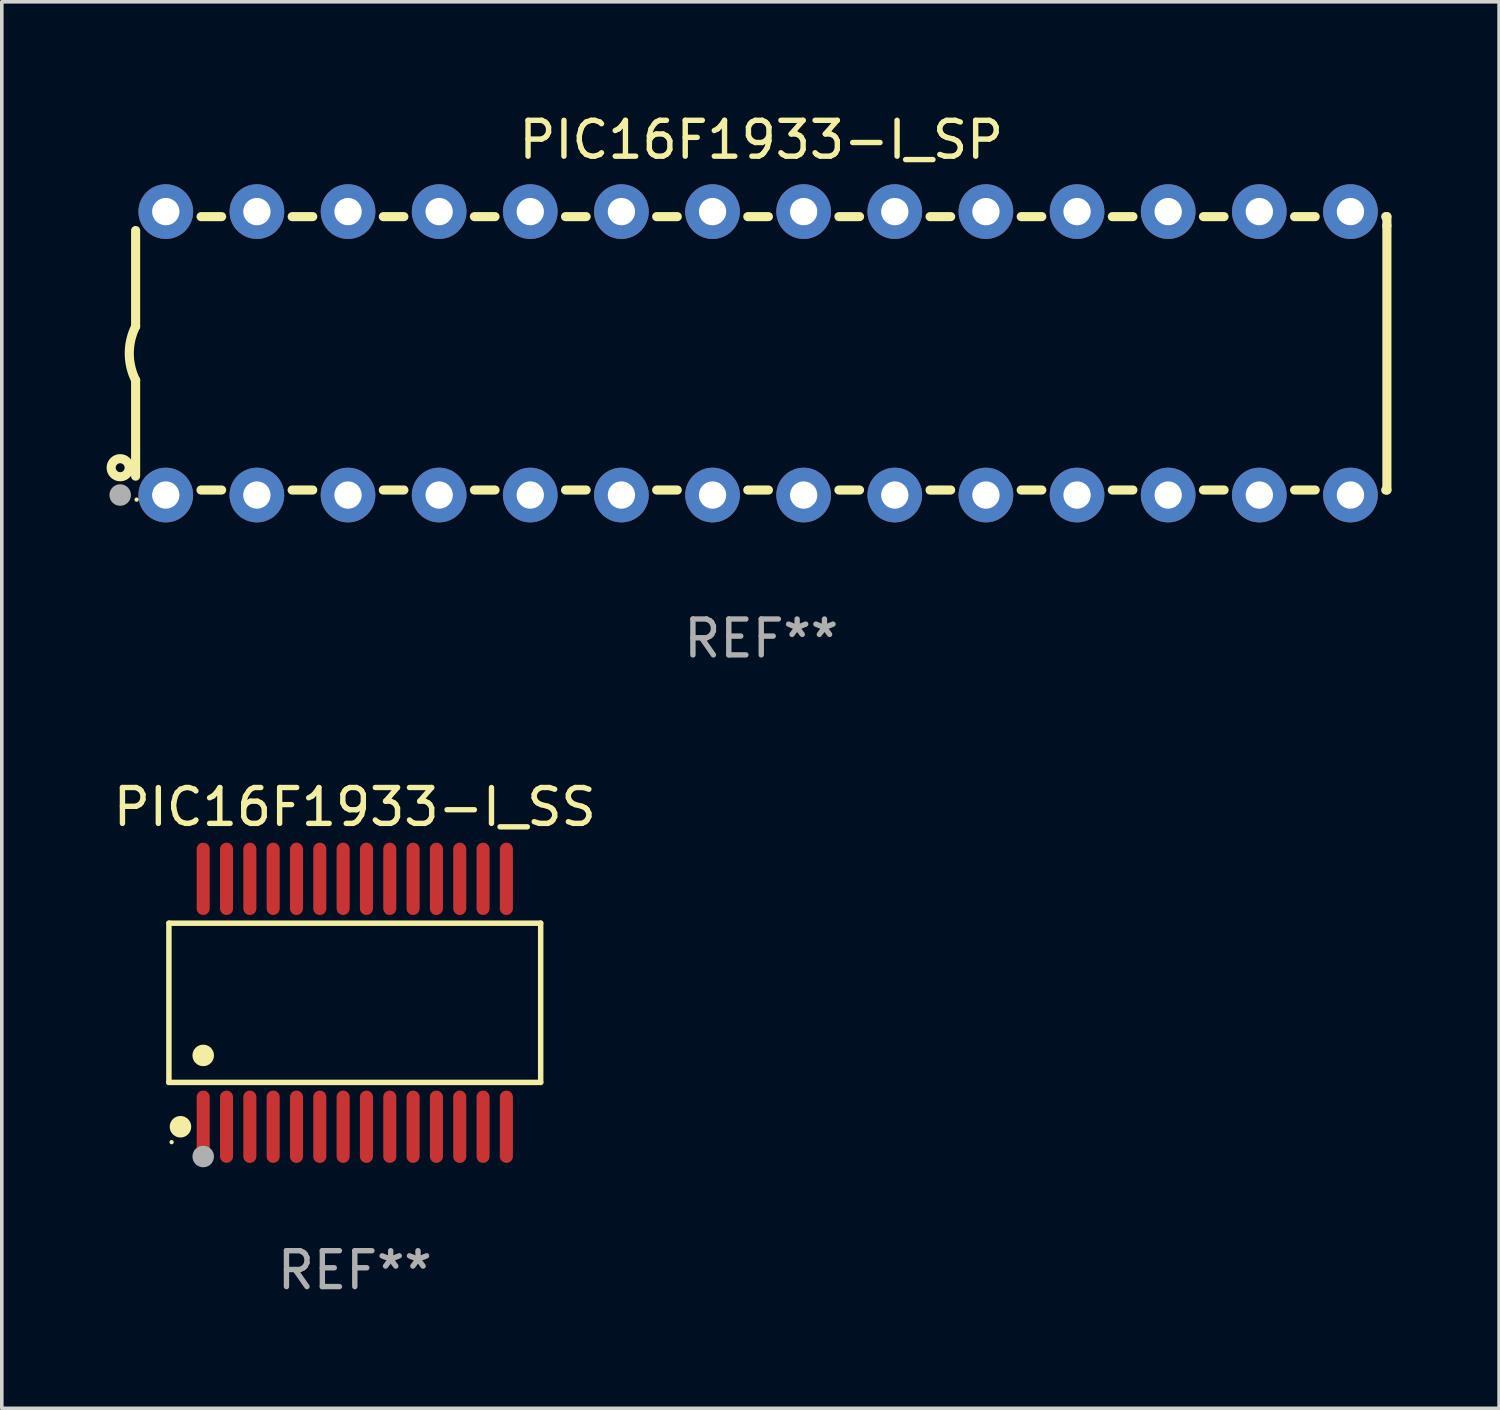
<source format=kicad_pcb>
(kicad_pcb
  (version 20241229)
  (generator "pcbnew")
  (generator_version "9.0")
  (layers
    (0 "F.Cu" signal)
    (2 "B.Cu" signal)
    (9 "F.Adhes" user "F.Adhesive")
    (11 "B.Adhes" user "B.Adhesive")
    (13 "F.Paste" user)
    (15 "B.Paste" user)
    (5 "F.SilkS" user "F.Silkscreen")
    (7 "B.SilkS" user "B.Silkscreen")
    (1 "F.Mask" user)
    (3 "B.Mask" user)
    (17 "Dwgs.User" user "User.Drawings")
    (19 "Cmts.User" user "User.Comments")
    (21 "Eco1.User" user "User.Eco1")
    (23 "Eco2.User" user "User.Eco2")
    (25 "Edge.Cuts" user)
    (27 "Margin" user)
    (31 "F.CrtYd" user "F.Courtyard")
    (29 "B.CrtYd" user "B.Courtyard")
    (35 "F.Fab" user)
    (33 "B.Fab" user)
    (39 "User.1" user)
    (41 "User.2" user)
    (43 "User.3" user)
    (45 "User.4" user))
  (footprint "PIC16F1933-I_SS"
    (layer "F.Cu")
    (at 6.839 24.9)
    (property "Reference" "PIC16F1933-I_SS" (at 0 -5.455 0) (layer "F.SilkS") (effects (font (size 1 1) (thickness 0.15))))
    (attr through_hole)
    (fp_line (start -5.181 -2.219) (end 5.181 -2.219) (stroke (width 0.152) (type solid)) (layer "F.SilkS"))
    (fp_line (start -5.181 2.219) (end -5.181 -2.219) (stroke (width 0.152) (type solid)) (layer "F.SilkS"))
    (fp_line (start 5.181 -2.219) (end 5.181 2.219) (stroke (width 0.152) (type solid)) (layer "F.SilkS"))
    (fp_line (start 5.181 2.219) (end -5.181 2.219) (stroke (width 0.152) (type solid)) (layer "F.SilkS"))
    (fp_circle (center -5.105 3.885) (end -5.075 3.885) (stroke (width 0.06) (type solid)) (fill no) (layer "F.SilkS"))
    (fp_circle (center -4.859 3.455) (end -4.709 3.455) (stroke (width 0.3) (type solid)) (fill no) (layer "F.SilkS"))
    (fp_circle (center -4.225 1.467) (end -4.075 1.467) (stroke (width 0.3) (type solid)) (fill no) (layer "F.SilkS"))
    (fp_circle (center -4.225 4.285) (end -4.075 4.285) (stroke (width 0.3) (type solid)) (fill no) (layer "F.Fab"))
    (fp_text user "REF**" (at 0 7.455 0) (layer "F.Fab") (effects (font (size 1 1) (thickness 0.15))))
    (pad "1" smd oval (at -4.225 3.455) (size 0.364 2.015) (layers "F.Cu" "F.Mask" "F.Paste"))
    (pad "2" smd oval (at -3.575 3.455) (size 0.364 2.015) (layers "F.Cu" "F.Mask" "F.Paste"))
    (pad "3" smd oval (at -2.925 3.455) (size 0.364 2.015) (layers "F.Cu" "F.Mask" "F.Paste"))
    (pad "4" smd oval (at -2.275 3.455) (size 0.364 2.015) (layers "F.Cu" "F.Mask" "F.Paste"))
    (pad "5" smd oval (at -1.625 3.455) (size 0.364 2.015) (layers "F.Cu" "F.Mask" "F.Paste"))
    (pad "6" smd oval (at -0.975 3.455) (size 0.364 2.015) (layers "F.Cu" "F.Mask" "F.Paste"))
    (pad "7" smd oval (at -0.325 3.455) (size 0.364 2.015) (layers "F.Cu" "F.Mask" "F.Paste"))
    (pad "8" smd oval (at 0.325 3.455) (size 0.364 2.015) (layers "F.Cu" "F.Mask" "F.Paste"))
    (pad "9" smd oval (at 0.975 3.455) (size 0.364 2.015) (layers "F.Cu" "F.Mask" "F.Paste"))
    (pad "10" smd oval (at 1.625 3.455) (size 0.364 2.015) (layers "F.Cu" "F.Mask" "F.Paste"))
    (pad "11" smd oval (at 2.275 3.455) (size 0.364 2.015) (layers "F.Cu" "F.Mask" "F.Paste"))
    (pad "12" smd oval (at 2.925 3.455) (size 0.364 2.015) (layers "F.Cu" "F.Mask" "F.Paste"))
    (pad "13" smd oval (at 3.575 3.455) (size 0.364 2.015) (layers "F.Cu" "F.Mask" "F.Paste"))
    (pad "14" smd oval (at 4.225 3.455) (size 0.364 2.015) (layers "F.Cu" "F.Mask" "F.Paste"))
    (pad "15" smd oval (at 4.225 -3.455) (size 0.364 2.015) (layers "F.Cu" "F.Mask" "F.Paste"))
    (pad "16" smd oval (at 3.575 -3.455) (size 0.364 2.015) (layers "F.Cu" "F.Mask" "F.Paste"))
    (pad "17" smd oval (at 2.925 -3.455) (size 0.364 2.015) (layers "F.Cu" "F.Mask" "F.Paste"))
    (pad "18" smd oval (at 2.275 -3.455) (size 0.364 2.015) (layers "F.Cu" "F.Mask" "F.Paste"))
    (pad "19" smd oval (at 1.625 -3.455) (size 0.364 2.015) (layers "F.Cu" "F.Mask" "F.Paste"))
    (pad "20" smd oval (at 0.975 -3.455) (size 0.364 2.015) (layers "F.Cu" "F.Mask" "F.Paste"))
    (pad "21" smd oval (at 0.325 -3.455) (size 0.364 2.015) (layers "F.Cu" "F.Mask" "F.Paste"))
    (pad "22" smd oval (at -0.325 -3.455) (size 0.364 2.015) (layers "F.Cu" "F.Mask" "F.Paste"))
    (pad "23" smd oval (at -0.975 -3.455) (size 0.364 2.015) (layers "F.Cu" "F.Mask" "F.Paste"))
    (pad "24" smd oval (at -1.625 -3.455) (size 0.364 2.015) (layers "F.Cu" "F.Mask" "F.Paste"))
    (pad "25" smd oval (at -2.275 -3.455) (size 0.364 2.015) (layers "F.Cu" "F.Mask" "F.Paste"))
    (pad "26" smd oval (at -2.925 -3.455) (size 0.364 2.015) (layers "F.Cu" "F.Mask" "F.Paste"))
    (pad "27" smd oval (at -3.575 -3.455) (size 0.364 2.015) (layers "F.Cu" "F.Mask" "F.Paste"))
    (pad "28" smd oval (at -4.225 -3.455) (size 0.364 2.015) (layers "F.Cu" "F.Mask" "F.Paste")))
  (footprint "PIC16F1933-I_SP"
    (layer "F.Cu")
    (at 18.168 6.798)
    (property "Reference" "PIC16F1933-I_SP" (at 0 -5.95 0) (layer "F.SilkS") (effects (font (size 1 1) (thickness 0.15))))
    (attr through_hole)
    (fp_line (start -17.438 0.75) (end -17.438 3.423) (stroke (width 0.254) (type solid)) (layer "F.SilkS"))
    (fp_line (start -17.438 -3.423) (end -17.438 -0.75) (stroke (width 0.254) (type solid)) (layer "F.SilkS"))
    (fp_line (start -15.615 3.81) (end -15.041 3.81) (stroke (width 0.254) (type solid)) (layer "F.SilkS"))
    (fp_line (start -15.041 -3.81) (end -15.614 -3.81) (stroke (width 0.254) (type solid)) (layer "F.SilkS"))
    (fp_line (start -13.075 3.81) (end -12.501 3.81) (stroke (width 0.254) (type solid)) (layer "F.SilkS"))
    (fp_line (start -12.501 -3.81) (end -13.074 -3.81) (stroke (width 0.254) (type solid)) (layer "F.SilkS"))
    (fp_line (start -10.535 3.81) (end -9.961 3.81) (stroke (width 0.254) (type solid)) (layer "F.SilkS"))
    (fp_line (start -9.961 -3.81) (end -10.534 -3.81) (stroke (width 0.254) (type solid)) (layer "F.SilkS"))
    (fp_line (start -7.995 3.81) (end -7.421 3.81) (stroke (width 0.254) (type solid)) (layer "F.SilkS"))
    (fp_line (start -7.421 -3.81) (end -7.995 -3.81) (stroke (width 0.254) (type solid)) (layer "F.SilkS"))
    (fp_line (start -5.455 3.81) (end -4.881 3.81) (stroke (width 0.254) (type solid)) (layer "F.SilkS"))
    (fp_line (start -4.881 -3.81) (end -5.455 -3.81) (stroke (width 0.254) (type solid)) (layer "F.SilkS"))
    (fp_line (start -2.915 3.81) (end -2.341 3.81) (stroke (width 0.254) (type solid)) (layer "F.SilkS"))
    (fp_line (start -2.341 -3.81) (end -2.915 -3.81) (stroke (width 0.254) (type solid)) (layer "F.SilkS"))
    (fp_line (start -0.375 3.81) (end 0.199 3.81) (stroke (width 0.254) (type solid)) (layer "F.SilkS"))
    (fp_line (start 0.199 -3.81) (end -0.375 -3.81) (stroke (width 0.254) (type solid)) (layer "F.SilkS"))
    (fp_line (start 2.165 3.81) (end 2.739 3.81) (stroke (width 0.254) (type solid)) (layer "F.SilkS"))
    (fp_line (start 2.739 -3.81) (end 2.165 -3.81) (stroke (width 0.254) (type solid)) (layer "F.SilkS"))
    (fp_line (start 4.705 3.81) (end 5.279 3.81) (stroke (width 0.254) (type solid)) (layer "F.SilkS"))
    (fp_line (start 5.279 -3.81) (end 4.705 -3.81) (stroke (width 0.254) (type solid)) (layer "F.SilkS"))
    (fp_line (start 7.245 3.81) (end 7.819 3.81) (stroke (width 0.254) (type solid)) (layer "F.SilkS"))
    (fp_line (start 7.819 -3.81) (end 7.245 -3.81) (stroke (width 0.254) (type solid)) (layer "F.SilkS"))
    (fp_line (start 9.785 3.81) (end 10.359 3.81) (stroke (width 0.254) (type solid)) (layer "F.SilkS"))
    (fp_line (start 10.359 -3.81) (end 9.785 -3.81) (stroke (width 0.254) (type solid)) (layer "F.SilkS"))
    (fp_line (start 12.325 3.81) (end 12.899 3.81) (stroke (width 0.254) (type solid)) (layer "F.SilkS"))
    (fp_line (start 12.899 -3.81) (end 12.325 -3.81) (stroke (width 0.254) (type solid)) (layer "F.SilkS"))
    (fp_line (start 14.865 3.81) (end 15.439 3.81) (stroke (width 0.254) (type solid)) (layer "F.SilkS"))
    (fp_line (start 15.439 -3.81) (end 14.865 -3.81) (stroke (width 0.254) (type solid)) (layer "F.SilkS"))
    (fp_line (start 17.405 3.81) (end 17.438 3.81) (stroke (width 0.254) (type solid)) (layer "F.SilkS"))
    (fp_line (start 17.438 -3.81) (end 17.405 -3.81) (stroke (width 0.254) (type solid)) (layer "F.SilkS"))
    (fp_line (start 17.438 -3.556) (end 17.438 -3.81) (stroke (width 0.254) (type solid)) (layer "F.SilkS"))
    (fp_line (start 17.438 3.81) (end 17.438 -3.556) (stroke (width 0.254) (type solid)) (layer "F.SilkS"))
    (fp_arc (start -17.437986 0.749657) (mid -17.614887 -0.000024) (end -17.437783 -0.749657) (stroke (width 0.254001) (type solid)) (layer "F.SilkS"))
    (fp_circle (center -17.868 3.188) (end -17.743 3.188) (stroke (width 0.254) (type solid)) (fill no) (layer "F.SilkS"))
    (fp_circle (center -17.411 4.077) (end -17.381 4.077) (stroke (width 0.06) (type solid)) (fill no) (layer "F.SilkS"))
    (fp_circle (center -17.868 3.95) (end -17.718 3.95) (stroke (width 0.3) (type solid)) (fill no) (layer "F.Fab"))
    (fp_text user "REF**" (at 0 7.95 0) (layer "F.Fab") (effects (font (size 1 1) (thickness 0.15))))
    (pad "1" thru_hole circle (at -16.598 3.95) (size 1.524 1.524) (drill 0.762) (layers "*.Cu" "*.Mask"))
    (pad "2" thru_hole circle (at -14.058 3.95) (size 1.524 1.524) (drill 0.762) (layers "*.Cu" "*.Mask"))
    (pad "3" thru_hole circle (at -11.518 3.95) (size 1.524 1.524) (drill 0.762) (layers "*.Cu" "*.Mask"))
    (pad "4" thru_hole circle (at -8.978 3.95) (size 1.524 1.524) (drill 0.762) (layers "*.Cu" "*.Mask"))
    (pad "5" thru_hole circle (at -6.438 3.95) (size 1.524 1.524) (drill 0.762) (layers "*.Cu" "*.Mask"))
    (pad "6" thru_hole circle (at -3.898 3.95) (size 1.524 1.524) (drill 0.762) (layers "*.Cu" "*.Mask"))
    (pad "7" thru_hole circle (at -1.358 3.95) (size 1.524 1.524) (drill 0.762) (layers "*.Cu" "*.Mask"))
    (pad "8" thru_hole circle (at 1.182 3.95) (size 1.524 1.524) (drill 0.762) (layers "*.Cu" "*.Mask"))
    (pad "9" thru_hole circle (at 3.722 3.95) (size 1.524 1.524) (drill 0.762) (layers "*.Cu" "*.Mask"))
    (pad "10" thru_hole circle (at 6.262 3.95) (size 1.524 1.524) (drill 0.762) (layers "*.Cu" "*.Mask"))
    (pad "11" thru_hole circle (at 8.802 3.95) (size 1.524 1.524) (drill 0.762) (layers "*.Cu" "*.Mask"))
    (pad "12" thru_hole circle (at 11.342 3.95) (size 1.524 1.524) (drill 0.762) (layers "*.Cu" "*.Mask"))
    (pad "13" thru_hole circle (at 13.882 3.95) (size 1.524 1.524) (drill 0.762) (layers "*.Cu" "*.Mask"))
    (pad "14" thru_hole circle (at 16.422 3.95) (size 1.524 1.524) (drill 0.762) (layers "*.Cu" "*.Mask"))
    (pad "15" thru_hole circle (at 16.422 -3.95) (size 1.524 1.524) (drill 0.762) (layers "*.Cu" "*.Mask"))
    (pad "16" thru_hole circle (at 13.882 -3.95) (size 1.524 1.524) (drill 0.762) (layers "*.Cu" "*.Mask"))
    (pad "17" thru_hole circle (at 11.342 -3.95) (size 1.524 1.524) (drill 0.762) (layers "*.Cu" "*.Mask"))
    (pad "18" thru_hole circle (at 8.802 -3.95) (size 1.524 1.524) (drill 0.762) (layers "*.Cu" "*.Mask"))
    (pad "19" thru_hole circle (at 6.262 -3.95) (size 1.524 1.524) (drill 0.762) (layers "*.Cu" "*.Mask"))
    (pad "20" thru_hole circle (at 3.722 -3.95) (size 1.524 1.524) (drill 0.762) (layers "*.Cu" "*.Mask"))
    (pad "21" thru_hole circle (at 1.182 -3.95) (size 1.524 1.524) (drill 0.762) (layers "*.Cu" "*.Mask"))
    (pad "22" thru_hole circle (at -1.358 -3.95) (size 1.524 1.524) (drill 0.762) (layers "*.Cu" "*.Mask"))
    (pad "23" thru_hole circle (at -3.898 -3.95) (size 1.524 1.524) (drill 0.762) (layers "*.Cu" "*.Mask"))
    (pad "24" thru_hole circle (at -6.438 -3.95) (size 1.524 1.524) (drill 0.762) (layers "*.Cu" "*.Mask"))
    (pad "25" thru_hole circle (at -8.978 -3.95) (size 1.524 1.524) (drill 0.762) (layers "*.Cu" "*.Mask"))
    (pad "26" thru_hole circle (at -11.517 -3.95) (size 1.524 1.524) (drill 0.762) (layers "*.Cu" "*.Mask"))
    (pad "27" thru_hole circle (at -14.057 -3.95) (size 1.524 1.524) (drill 0.762) (layers "*.Cu" "*.Mask"))
    (pad "28" thru_hole circle (at -16.597 -3.95) (size 1.524 1.524) (drill 0.762) (layers "*.Cu" "*.Mask")))
  (gr_rect
    (start -3 -3)
    (end 38.733 36.203)
    (stroke (width 0.1) (type default))
    (fill no)
    (layer "Edge.Cuts")))
</source>
